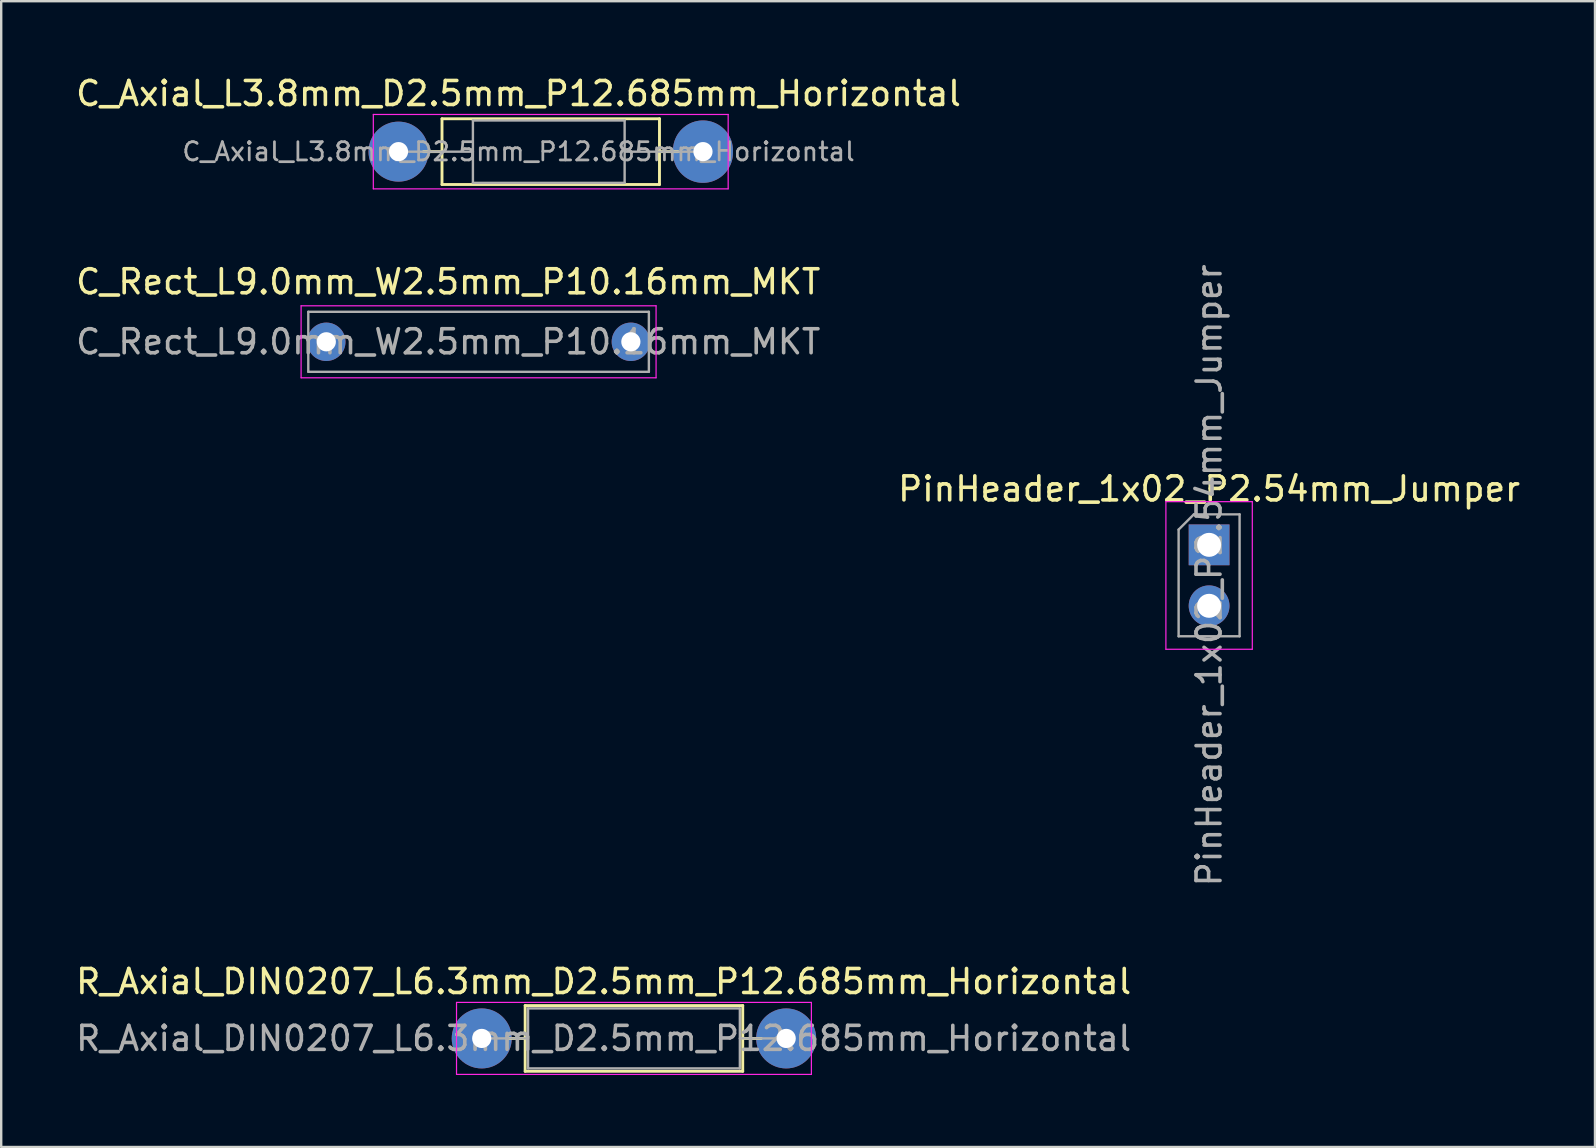
<source format=kicad_pcb>
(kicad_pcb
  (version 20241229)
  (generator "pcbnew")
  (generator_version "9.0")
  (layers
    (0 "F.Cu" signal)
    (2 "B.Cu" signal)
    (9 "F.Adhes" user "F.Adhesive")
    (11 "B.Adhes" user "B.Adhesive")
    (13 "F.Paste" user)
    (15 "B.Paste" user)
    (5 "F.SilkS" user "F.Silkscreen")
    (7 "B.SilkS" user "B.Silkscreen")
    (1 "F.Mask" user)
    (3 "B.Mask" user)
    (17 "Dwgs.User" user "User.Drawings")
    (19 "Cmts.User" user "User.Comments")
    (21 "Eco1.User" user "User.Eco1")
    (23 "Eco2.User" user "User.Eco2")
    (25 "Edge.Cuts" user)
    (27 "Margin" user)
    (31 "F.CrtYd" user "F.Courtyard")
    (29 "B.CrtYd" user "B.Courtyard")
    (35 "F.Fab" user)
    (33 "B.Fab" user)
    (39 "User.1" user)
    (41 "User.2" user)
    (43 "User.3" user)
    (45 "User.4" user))
  (footprint "C_Rect_L9.0mm_W2.5mm_P10.16mm_MKT"
    (layer "F.Cu")
    (at 10.545 11.191)
    (property "Reference" "C_Rect_L9.0mm_W2.5mm_P10.16mm_MKT" (at 5.08 -2.5 0) (layer "F.SilkS") (effects (font (size 1 1) (thickness 0.15))))
    (attr through_hole)
    (fp_line (start -1.05 -1.5) (end -1.05 1.5) (stroke (width 0.05) (type solid)) (layer "F.CrtYd"))
    (fp_line (start -1.05 1.5) (end 13.74 1.5) (stroke (width 0.05) (type solid)) (layer "F.CrtYd"))
    (fp_line (start 13.74 -1.5) (end -1.05 -1.5) (stroke (width 0.05) (type solid)) (layer "F.CrtYd"))
    (fp_line (start 13.74 1.5) (end 13.74 -1.5) (stroke (width 0.05) (type solid)) (layer "F.CrtYd"))
    (fp_line (start -0.75 -1.25) (end -0.75 1.25) (stroke (width 0.1) (type solid)) (layer "F.Fab"))
    (fp_line (start -0.75 1.25) (end 13.44 1.25) (stroke (width 0.1) (type solid)) (layer "F.Fab"))
    (fp_line (start 13.44 -1.25) (end -0.75 -1.25) (stroke (width 0.1) (type solid)) (layer "F.Fab"))
    (fp_line (start 13.44 1.25) (end 13.44 -1.25) (stroke (width 0.1) (type solid)) (layer "F.Fab"))
    (fp_text user "${REFERENCE}" (at 5.08 0 0) (layer "F.Fab") (effects (font (size 1 1) (thickness 0.15))))
    (pad "1" thru_hole circle (at 0 0) (size 1.6 1.6) (drill 0.8) (layers "*.Cu" "*.Mask"))
    (pad "2" thru_hole circle (at 12.69 0) (size 1.6 1.6) (drill 0.8) (layers "*.Cu" "*.Mask")))
  (footprint "C_Axial_L3.8mm_D2.5mm_P12.685mm_Horizontal"
    (layer "F.Cu")
    (at 13.554 3.268)
    (property "Reference" "C_Axial_L3.8mm_D2.5mm_P12.685mm_Horizontal" (at 5 -2.42 0) (layer "F.SilkS") (effects (font (size 1 1) (thickness 0.15))))
    (attr through_hole)
    (fp_line (start 1.042 0) (end 1.812 0) (stroke (width 0.12) (type solid)) (layer "F.SilkS"))
    (fp_line (start 1.812 -1.37) (end 1.812 1.37) (stroke (width 0.12) (type solid)) (layer "F.SilkS"))
    (fp_line (start 1.812 1.37) (end 10.873 1.37) (stroke (width 0.12) (type solid)) (layer "F.SilkS"))
    (fp_line (start 10.873 -1.37) (end 1.812 -1.37) (stroke (width 0.12) (type solid)) (layer "F.SilkS"))
    (fp_line (start 10.873 0) (end 11.643 0) (stroke (width 0.12) (type solid)) (layer "F.SilkS"))
    (fp_line (start 10.873 1.37) (end 10.873 -1.37) (stroke (width 0.12) (type solid)) (layer "F.SilkS"))
    (fp_line (start -1.05 -1.55) (end -1.05 1.55) (stroke (width 0.05) (type solid)) (layer "F.CrtYd"))
    (fp_line (start -1.05 1.55) (end 13.735 1.55) (stroke (width 0.05) (type solid)) (layer "F.CrtYd"))
    (fp_line (start 13.735 -1.55) (end -1.05 -1.55) (stroke (width 0.05) (type solid)) (layer "F.CrtYd"))
    (fp_line (start 13.735 1.55) (end 13.735 -1.55) (stroke (width 0.05) (type solid)) (layer "F.CrtYd"))
    (fp_line (start 0 0) (end 3.1 0) (stroke (width 0.1) (type solid)) (layer "F.Fab"))
    (fp_line (start 3.1 -1.3) (end 3.1 1.3) (stroke (width 0.1) (type solid)) (layer "F.Fab"))
    (fp_line (start 3.1 1.3) (end 9.421 1.3) (stroke (width 0.1) (type solid)) (layer "F.Fab"))
    (fp_line (start 9.421 -1.3) (end 3.1 -1.3) (stroke (width 0.1) (type solid)) (layer "F.Fab"))
    (fp_line (start 9.421 1.3) (end 9.421 -1.3) (stroke (width 0.1) (type solid)) (layer "F.Fab"))
    (fp_line (start 12.521 0) (end 9.421 0) (stroke (width 0.1) (type solid)) (layer "F.Fab"))
    (fp_text user "${REFERENCE}" (at 5 0 0) (layer "F.Fab") (effects (font (size 0.76 0.76) (thickness 0.114))))
    (pad "1" thru_hole circle (at 0 0) (size 2.5 2.5) (drill 0.8) (layers "*.Cu" "*.Mask"))
    (pad "2" thru_hole oval (at 12.685 0) (size 2.5 2.6) (drill 0.8) (layers "*.Cu" "*.Mask")))
  (footprint "PinHeader_1x02_P2.54mm_Jumper"
    (layer "F.Cu")
    (at 47.327 19.651)
    (property "Reference" "PinHeader_1x02_P2.54mm_Jumper" (at 0 -2.33 0) (layer "F.SilkS") (effects (font (size 1 1) (thickness 0.15))))
    (attr through_hole)
    (fp_line (start -1.8 -1.8) (end -1.8 4.35) (stroke (width 0.05) (type solid)) (layer "F.CrtYd"))
    (fp_line (start -1.8 4.35) (end 1.8 4.35) (stroke (width 0.05) (type solid)) (layer "F.CrtYd"))
    (fp_line (start 1.8 -1.8) (end -1.8 -1.8) (stroke (width 0.05) (type solid)) (layer "F.CrtYd"))
    (fp_line (start 1.8 4.35) (end 1.8 -1.8) (stroke (width 0.05) (type solid)) (layer "F.CrtYd"))
    (fp_line (start -1.27 -0.635) (end -0.635 -1.27) (stroke (width 0.1) (type solid)) (layer "F.Fab"))
    (fp_line (start -1.27 3.81) (end -1.27 -0.635) (stroke (width 0.1) (type solid)) (layer "F.Fab"))
    (fp_line (start -0.635 -1.27) (end 1.27 -1.27) (stroke (width 0.1) (type solid)) (layer "F.Fab"))
    (fp_line (start 1.27 -1.27) (end 1.27 3.81) (stroke (width 0.1) (type solid)) (layer "F.Fab"))
    (fp_line (start 1.27 3.81) (end -1.27 3.81) (stroke (width 0.1) (type solid)) (layer "F.Fab"))
    (fp_text user "${REFERENCE}" (at 0 1.27 90) (layer "F.Fab") (effects (font (size 1 1) (thickness 0.15))))
    (pad "1" thru_hole rect (at 0 0) (size 1.7 1.7) (drill 1) (layers "*.Cu" "*.Mask"))
    (pad "2" thru_hole oval (at 0 2.54) (size 1.7 1.7) (drill 1) (layers "*.Cu" "*.Mask")))
  (footprint "R_Axial_DIN0207_L6.3mm_D2.5mm_P12.685mm_Horizontal"
    (layer "F.Cu")
    (at 17.021 40.216)
    (property "Reference" "R_Axial_DIN0207_L6.3mm_D2.5mm_P12.685mm_Horizontal" (at 5.08 -2.37 0) (layer "F.SilkS") (effects (font (size 1 1) (thickness 0.15))))
    (attr through_hole)
    (fp_line (start 1.04 0) (end 1.81 0) (stroke (width 0.12) (type solid)) (layer "F.SilkS"))
    (fp_line (start 1.81 -1.37) (end 1.81 1.37) (stroke (width 0.12) (type solid)) (layer "F.SilkS"))
    (fp_line (start 1.81 1.37) (end 10.875 1.37) (stroke (width 0.12) (type solid)) (layer "F.SilkS"))
    (fp_line (start 10.875 -1.37) (end 1.81 -1.37) (stroke (width 0.12) (type solid)) (layer "F.SilkS"))
    (fp_line (start 10.875 1.37) (end 10.875 -1.37) (stroke (width 0.12) (type solid)) (layer "F.SilkS"))
    (fp_line (start 11.645 0) (end 10.875 0) (stroke (width 0.12) (type solid)) (layer "F.SilkS"))
    (fp_line (start -1.05 -1.5) (end -1.05 1.5) (stroke (width 0.05) (type solid)) (layer "F.CrtYd"))
    (fp_line (start -1.05 1.5) (end 13.735 1.5) (stroke (width 0.05) (type solid)) (layer "F.CrtYd"))
    (fp_line (start 13.735 -1.5) (end -1.05 -1.5) (stroke (width 0.05) (type solid)) (layer "F.CrtYd"))
    (fp_line (start 13.735 1.5) (end 13.735 -1.5) (stroke (width 0.05) (type solid)) (layer "F.CrtYd"))
    (fp_line (start 0 0) (end 1.93 0) (stroke (width 0.1) (type solid)) (layer "F.Fab"))
    (fp_line (start 1.93 -1.25) (end 1.93 1.25) (stroke (width 0.1) (type solid)) (layer "F.Fab"))
    (fp_line (start 1.93 1.25) (end 10.755 1.25) (stroke (width 0.1) (type solid)) (layer "F.Fab"))
    (fp_line (start 10.755 -1.25) (end 1.93 -1.25) (stroke (width 0.1) (type solid)) (layer "F.Fab"))
    (fp_line (start 10.755 1.25) (end 10.755 -1.25) (stroke (width 0.1) (type solid)) (layer "F.Fab"))
    (fp_line (start 12.685 0) (end 10.755 0) (stroke (width 0.1) (type solid)) (layer "F.Fab"))
    (fp_text user "${REFERENCE}" (at 5.08 0 0) (layer "F.Fab") (effects (font (size 1 1) (thickness 0.15))))
    (pad "1" thru_hole circle (at 0 0) (size 2.5 2.5) (drill 0.8) (layers "*.Cu" "*.Mask"))
    (pad "2" thru_hole circle (at 12.685 0) (size 2.5 2.5) (drill 0.8) (layers "*.Cu" "*.Mask")))
  (gr_rect
    (start -3 -3)
    (end 63.405 44.741)
    (stroke (width 0.1) (type default))
    (fill no)
    (layer "Edge.Cuts")))
</source>
